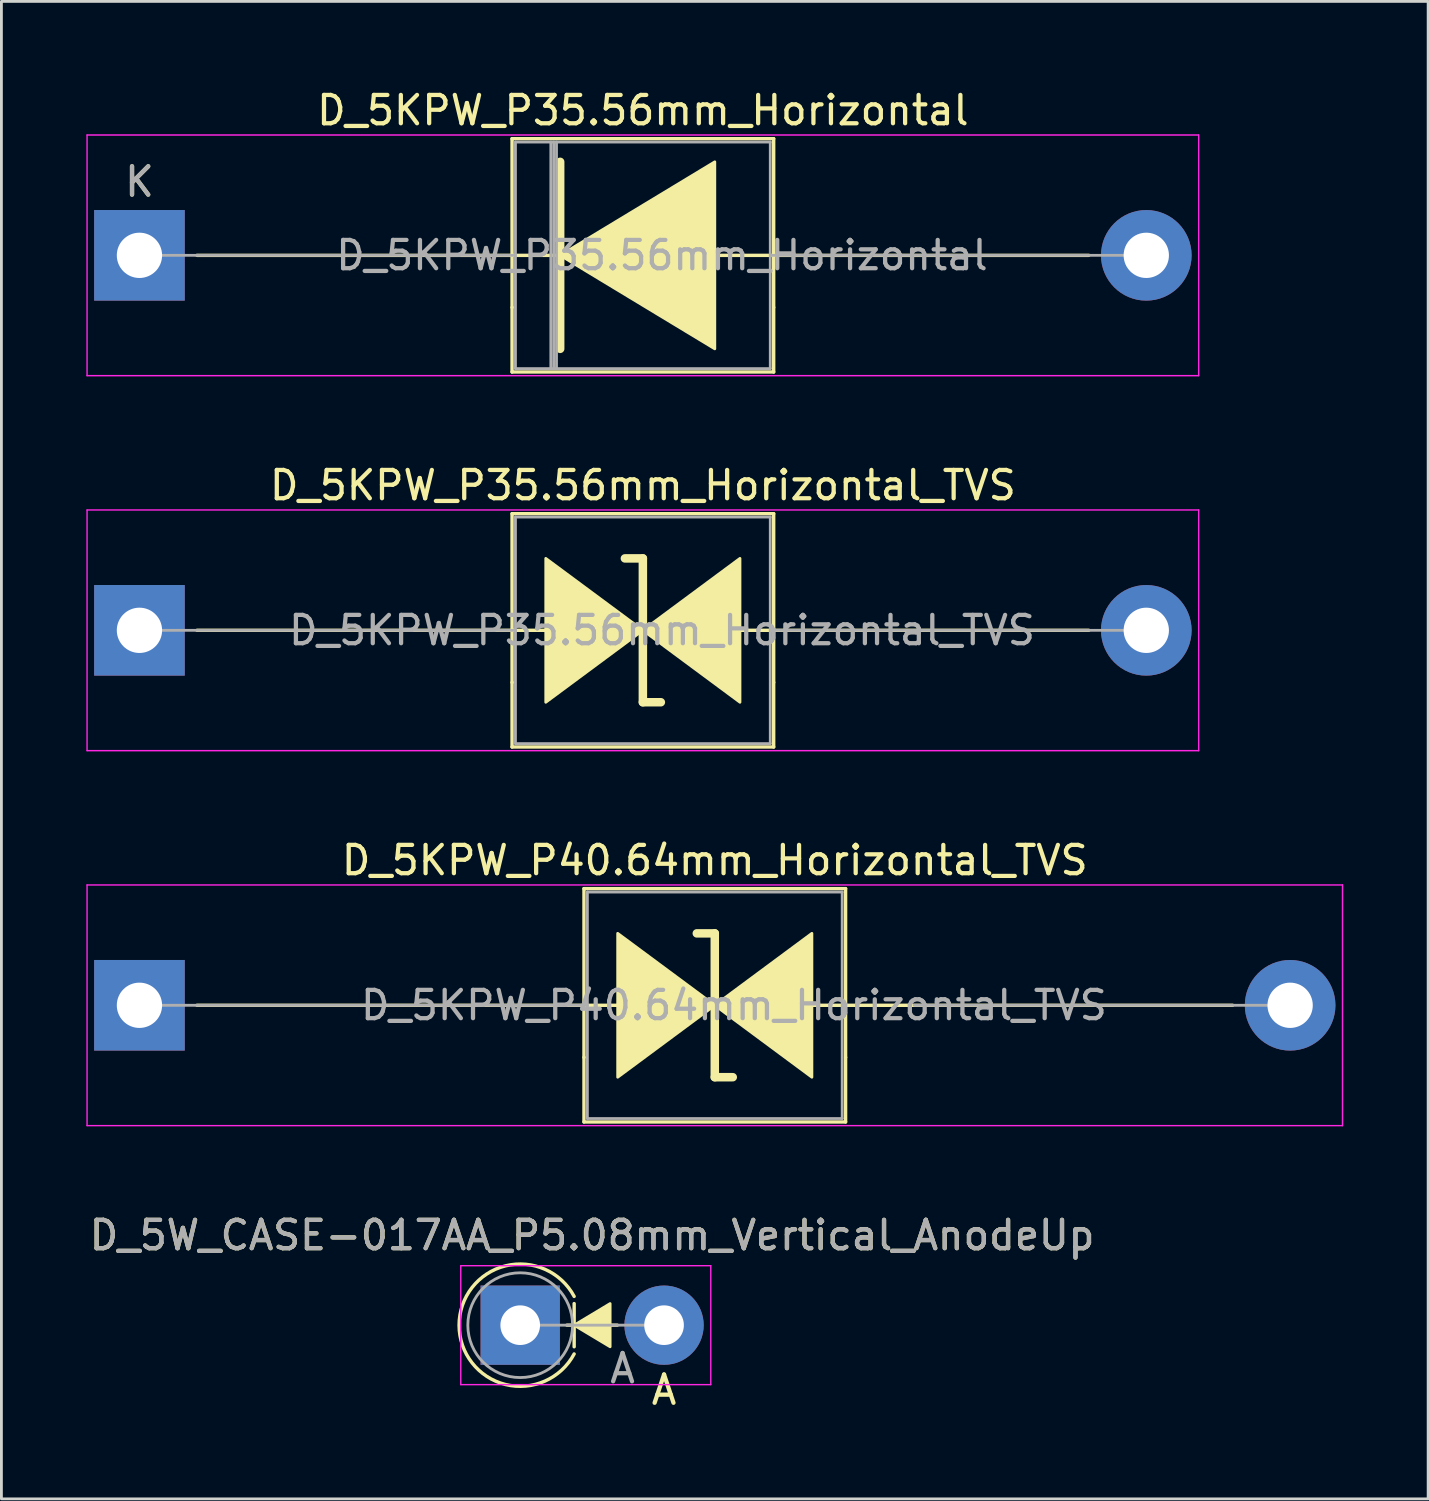
<source format=kicad_pcb>
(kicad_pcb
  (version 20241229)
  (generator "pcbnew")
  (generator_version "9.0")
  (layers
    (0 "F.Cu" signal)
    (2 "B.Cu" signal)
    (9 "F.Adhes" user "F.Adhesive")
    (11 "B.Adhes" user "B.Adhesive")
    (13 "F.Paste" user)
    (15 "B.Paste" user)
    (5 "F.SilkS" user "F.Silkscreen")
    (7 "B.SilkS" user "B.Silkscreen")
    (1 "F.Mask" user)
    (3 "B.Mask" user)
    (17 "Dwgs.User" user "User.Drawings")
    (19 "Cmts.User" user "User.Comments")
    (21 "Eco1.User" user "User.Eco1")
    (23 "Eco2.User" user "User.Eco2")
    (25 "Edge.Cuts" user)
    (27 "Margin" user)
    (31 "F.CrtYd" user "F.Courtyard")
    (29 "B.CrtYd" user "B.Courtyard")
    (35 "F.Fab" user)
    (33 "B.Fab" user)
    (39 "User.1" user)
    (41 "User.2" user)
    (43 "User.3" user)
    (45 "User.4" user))
  (footprint "D_5W_CASE-017AA_P5.08mm_Vertical_AnodeUp"
    (layer "F.Cu")
    (at 15.323 43.753)
    (property "Reference" "D_5W_CASE-017AA_P5.08mm_Vertical_AnodeUp" (at 2.54 -3.175 0) (layer "F.SilkS") (effects (font (size 1 1) (thickness 0.15))))
    (attr through_hole)
    (fp_line (start 1.651 0) (end 3.429 0) (stroke (width 0.12) (type solid)) (layer "F.SilkS"))
    (fp_line (start 1.905 -0.762) (end 1.905 0.762) (stroke (width 0.12) (type solid)) (layer "F.SilkS"))
    (fp_arc (start 1.904999 1.016) (mid -2.158999 0) (end 1.904999 -1.016) (stroke (width 0.12) (type solid)) (layer "F.SilkS"))
    (fp_poly (pts (xy 3.175 0.762) (xy 1.905 0) (xy 3.175 -0.762)) (stroke (width 0.1) (type solid)) (fill yes) (layer "F.SilkS"))
    (fp_line (start -2.1 -2.1) (end -2.1 2.1) (stroke (width 0.05) (type solid)) (layer "F.CrtYd"))
    (fp_line (start -2.1 2.1) (end 6.73 2.1) (stroke (width 0.05) (type solid)) (layer "F.CrtYd"))
    (fp_line (start 6.73 -2.1) (end -2.1 -2.1) (stroke (width 0.05) (type solid)) (layer "F.CrtYd"))
    (fp_line (start 6.73 2.1) (end 6.73 -2.1) (stroke (width 0.05) (type solid)) (layer "F.CrtYd"))
    (fp_line (start 0 0) (end 5.08 0) (stroke (width 0.1) (type solid)) (layer "F.Fab"))
    (fp_circle (center 0 0) (end 1.85 0) (stroke (width 0.1) (type solid)) (fill no) (layer "F.Fab"))
    (fp_text user "A" (at 5.08 2.286 0) (layer "F.SilkS") (effects (font (size 1 1) (thickness 0.15))))
    (fp_text user "${REFERENCE}" (at 2.54 -3.175 0) (layer "F.Fab") (effects (font (size 1 1) (thickness 0.15))))
    (fp_text user "A" (at 3.615 1.527 0) (layer "F.Fab") (effects (font (size 1 1) (thickness 0.15))))
    (pad "1" thru_hole rect (at 0 0) (size 2.8 2.8) (drill 1.4) (layers "*.Cu" "*.Mask"))
    (pad "2" thru_hole oval (at 5.08 0) (size 2.8 2.8) (drill 1.4) (layers "*.Cu" "*.Mask")))
  (footprint "D_5KPW_P35.56mm_Horizontal_TVS"
    (layer "F.Cu")
    (at 1.875 19.212)
    (property "Reference" "D_5KPW_P35.56mm_Horizontal_TVS" (at 17.78 -5.12 0) (layer "F.SilkS") (effects (font (size 1 1) (thickness 0.15))))
    (attr through_hole)
    (fp_line (start 13.16 -4.12) (end 22.4 -4.12) (stroke (width 0.12) (type solid)) (layer "F.SilkS"))
    (fp_line (start 13.16 1.84) (end 13.16 -4.12) (stroke (width 0.12) (type solid)) (layer "F.SilkS"))
    (fp_line (start 13.16 1.84) (end 13.16 4.12) (stroke (width 0.12) (type solid)) (layer "F.SilkS"))
    (fp_line (start 13.16 4.12) (end 22.4 4.12) (stroke (width 0.12) (type solid)) (layer "F.SilkS"))
    (fp_line (start 14.351 0) (end 2.032 0) (stroke (width 0.12) (type solid)) (layer "F.SilkS"))
    (fp_line (start 17.78 -2.54) (end 17.145 -2.54) (stroke (width 0.3) (type solid)) (layer "F.SilkS"))
    (fp_line (start 17.78 2.54) (end 17.78 -2.54) (stroke (width 0.3) (type solid)) (layer "F.SilkS"))
    (fp_line (start 18.415 2.54) (end 17.78 2.54) (stroke (width 0.3) (type solid)) (layer "F.SilkS"))
    (fp_line (start 22.4 -4.12) (end 22.4 1.84) (stroke (width 0.12) (type solid)) (layer "F.SilkS"))
    (fp_line (start 22.4 4.12) (end 22.4 1.84) (stroke (width 0.12) (type solid)) (layer "F.SilkS"))
    (fp_line (start 33.528 0) (end 21.209 0) (stroke (width 0.12) (type solid)) (layer "F.SilkS"))
    (fp_poly (pts (xy 17.78 0) (xy 14.351 2.54) (xy 14.351 -2.54)) (stroke (width 0.1) (type solid)) (fill yes) (layer "F.SilkS"))
    (fp_poly (pts (xy 17.78 0) (xy 21.209 -2.54) (xy 21.209 2.54)) (stroke (width 0.1) (type solid)) (fill yes) (layer "F.SilkS"))
    (fp_line (start -1.85 -4.25) (end -1.85 4.25) (stroke (width 0.05) (type solid)) (layer "F.CrtYd"))
    (fp_line (start -1.85 4.25) (end 37.41 4.25) (stroke (width 0.05) (type solid)) (layer "F.CrtYd"))
    (fp_line (start 37.41 -4.25) (end -1.85 -4.25) (stroke (width 0.05) (type solid)) (layer "F.CrtYd"))
    (fp_line (start 37.41 4.25) (end 37.41 -4.25) (stroke (width 0.05) (type solid)) (layer "F.CrtYd"))
    (fp_line (start 0 0) (end 13.28 0) (stroke (width 0.1) (type solid)) (layer "F.Fab"))
    (fp_line (start 13.28 -4) (end 13.28 4) (stroke (width 0.1) (type solid)) (layer "F.Fab"))
    (fp_line (start 13.28 4) (end 22.28 4) (stroke (width 0.1) (type solid)) (layer "F.Fab"))
    (fp_line (start 22.28 -4) (end 13.28 -4) (stroke (width 0.1) (type solid)) (layer "F.Fab"))
    (fp_line (start 22.28 4) (end 22.28 -4) (stroke (width 0.1) (type solid)) (layer "F.Fab"))
    (fp_line (start 35.56 0) (end 22.28 0) (stroke (width 0.1) (type solid)) (layer "F.Fab"))
    (fp_text user "${REFERENCE}" (at 18.455 0 0) (layer "F.Fab") (effects (font (size 1 1) (thickness 0.15))))
    (pad "1" thru_hole rect (at 0 0) (size 3.2 3.2) (drill 1.6) (layers "*.Cu" "*.Mask"))
    (pad "2" thru_hole oval (at 35.56 0) (size 3.2 3.2) (drill 1.6) (layers "*.Cu" "*.Mask")))
  (footprint "D_5KPW_P35.56mm_Horizontal"
    (layer "F.Cu")
    (at 1.875 5.968)
    (property "Reference" "D_5KPW_P35.56mm_Horizontal" (at 17.78 -5.12 0) (layer "F.SilkS") (effects (font (size 1 1) (thickness 0.15))))
    (attr through_hole)
    (fp_line (start 2.032 0) (end 14.859 0) (stroke (width 0.12) (type solid)) (layer "F.SilkS"))
    (fp_line (start 13.16 -4.12) (end 22.4 -4.12) (stroke (width 0.12) (type solid)) (layer "F.SilkS"))
    (fp_line (start 13.16 1.84) (end 13.16 -4.12) (stroke (width 0.12) (type solid)) (layer "F.SilkS"))
    (fp_line (start 13.16 1.84) (end 13.16 4.12) (stroke (width 0.12) (type solid)) (layer "F.SilkS"))
    (fp_line (start 13.16 4.12) (end 22.4 4.12) (stroke (width 0.12) (type solid)) (layer "F.SilkS"))
    (fp_line (start 14.859 -3.302) (end 14.859 3.302) (stroke (width 0.3) (type solid)) (layer "F.SilkS"))
    (fp_line (start 22.4 -4.12) (end 22.4 1.84) (stroke (width 0.12) (type solid)) (layer "F.SilkS"))
    (fp_line (start 22.4 4.12) (end 22.4 1.84) (stroke (width 0.12) (type solid)) (layer "F.SilkS"))
    (fp_line (start 33.528 0) (end 19.83 0) (stroke (width 0.12) (type solid)) (layer "F.SilkS"))
    (fp_poly (pts (xy 20.32 3.302) (xy 14.859 0) (xy 20.32 -3.302)) (stroke (width 0.1) (type solid)) (fill yes) (layer "F.SilkS"))
    (fp_line (start -1.85 -4.25) (end -1.85 4.25) (stroke (width 0.05) (type solid)) (layer "F.CrtYd"))
    (fp_line (start -1.85 4.25) (end 37.41 4.25) (stroke (width 0.05) (type solid)) (layer "F.CrtYd"))
    (fp_line (start 37.41 -4.25) (end -1.85 -4.25) (stroke (width 0.05) (type solid)) (layer "F.CrtYd"))
    (fp_line (start 37.41 4.25) (end 37.41 -4.25) (stroke (width 0.05) (type solid)) (layer "F.CrtYd"))
    (fp_line (start 0 0) (end 13.28 0) (stroke (width 0.1) (type solid)) (layer "F.Fab"))
    (fp_line (start 13.28 -4) (end 13.28 4) (stroke (width 0.1) (type solid)) (layer "F.Fab"))
    (fp_line (start 13.28 4) (end 22.28 4) (stroke (width 0.1) (type solid)) (layer "F.Fab"))
    (fp_line (start 14.53 -4) (end 14.53 4) (stroke (width 0.1) (type solid)) (layer "F.Fab"))
    (fp_line (start 14.63 -4) (end 14.63 4) (stroke (width 0.1) (type solid)) (layer "F.Fab"))
    (fp_line (start 14.73 -4) (end 14.73 4) (stroke (width 0.1) (type solid)) (layer "F.Fab"))
    (fp_line (start 22.28 -4) (end 13.28 -4) (stroke (width 0.1) (type solid)) (layer "F.Fab"))
    (fp_line (start 22.28 4) (end 22.28 -4) (stroke (width 0.1) (type solid)) (layer "F.Fab"))
    (fp_line (start 35.56 0) (end 22.28 0) (stroke (width 0.1) (type solid)) (layer "F.Fab"))
    (fp_text user "K" (at 0 -2.6 0) (layer "F.SilkS") (effects (font (size 1 1) (thickness 0.15))))
    (fp_text user "${REFERENCE}" (at 18.455 0 0) (layer "F.Fab") (effects (font (size 1 1) (thickness 0.15))))
    (fp_text user "K" (at 0 -2.6 0) (layer "F.Fab") (effects (font (size 1 1) (thickness 0.15))))
    (pad "1" thru_hole rect (at 0 0) (size 3.2 3.2) (drill 1.6) (layers "*.Cu" "*.Mask"))
    (pad "2" thru_hole oval (at 35.56 0) (size 3.2 3.2) (drill 1.6) (layers "*.Cu" "*.Mask")))
  (footprint "D_5KPW_P40.64mm_Horizontal_TVS"
    (layer "F.Cu")
    (at 1.875 32.455)
    (property "Reference" "D_5KPW_P40.64mm_Horizontal_TVS" (at 20.32 -5.12 0) (layer "F.SilkS") (effects (font (size 1 1) (thickness 0.15))))
    (attr through_hole)
    (fp_line (start 15.7 -4.12) (end 24.94 -4.12) (stroke (width 0.12) (type solid)) (layer "F.SilkS"))
    (fp_line (start 15.7 1.84) (end 15.7 -4.12) (stroke (width 0.12) (type solid)) (layer "F.SilkS"))
    (fp_line (start 15.7 1.84) (end 15.7 4.12) (stroke (width 0.12) (type solid)) (layer "F.SilkS"))
    (fp_line (start 15.7 4.12) (end 24.94 4.12) (stroke (width 0.12) (type solid)) (layer "F.SilkS"))
    (fp_line (start 16.891 0) (end 2.032 0) (stroke (width 0.12) (type solid)) (layer "F.SilkS"))
    (fp_line (start 20.32 -2.54) (end 19.685 -2.54) (stroke (width 0.3) (type solid)) (layer "F.SilkS"))
    (fp_line (start 20.32 2.54) (end 20.32 -2.54) (stroke (width 0.3) (type solid)) (layer "F.SilkS"))
    (fp_line (start 20.955 2.54) (end 20.32 2.54) (stroke (width 0.3) (type solid)) (layer "F.SilkS"))
    (fp_line (start 24.94 -4.12) (end 24.94 1.84) (stroke (width 0.12) (type solid)) (layer "F.SilkS"))
    (fp_line (start 24.94 4.12) (end 24.94 1.84) (stroke (width 0.12) (type solid)) (layer "F.SilkS"))
    (fp_line (start 38.608 0) (end 23.749 0) (stroke (width 0.12) (type solid)) (layer "F.SilkS"))
    (fp_poly (pts (xy 20.32 0) (xy 16.891 2.54) (xy 16.891 -2.54)) (stroke (width 0.1) (type solid)) (fill yes) (layer "F.SilkS"))
    (fp_poly (pts (xy 20.32 0) (xy 23.749 -2.54) (xy 23.749 2.54)) (stroke (width 0.1) (type solid)) (fill yes) (layer "F.SilkS"))
    (fp_line (start -1.85 -4.25) (end -1.85 4.25) (stroke (width 0.05) (type solid)) (layer "F.CrtYd"))
    (fp_line (start -1.85 4.25) (end 42.49 4.25) (stroke (width 0.05) (type solid)) (layer "F.CrtYd"))
    (fp_line (start 42.49 -4.25) (end -1.85 -4.25) (stroke (width 0.05) (type solid)) (layer "F.CrtYd"))
    (fp_line (start 42.49 4.25) (end 42.49 -4.25) (stroke (width 0.05) (type solid)) (layer "F.CrtYd"))
    (fp_line (start 0 0) (end 15.82 0) (stroke (width 0.1) (type solid)) (layer "F.Fab"))
    (fp_line (start 15.82 -4) (end 15.82 4) (stroke (width 0.1) (type solid)) (layer "F.Fab"))
    (fp_line (start 15.82 4) (end 24.82 4) (stroke (width 0.1) (type solid)) (layer "F.Fab"))
    (fp_line (start 24.82 -4) (end 15.82 -4) (stroke (width 0.1) (type solid)) (layer "F.Fab"))
    (fp_line (start 24.82 4) (end 24.82 -4) (stroke (width 0.1) (type solid)) (layer "F.Fab"))
    (fp_line (start 40.64 0) (end 27.36 0) (stroke (width 0.1) (type solid)) (layer "F.Fab"))
    (fp_text user "${REFERENCE}" (at 20.995 0 0) (layer "F.Fab") (effects (font (size 1 1) (thickness 0.15))))
    (pad "1" thru_hole rect (at 0 0) (size 3.2 3.2) (drill 1.6) (layers "*.Cu" "*.Mask"))
    (pad "2" thru_hole oval (at 40.64 0) (size 3.2 3.2) (drill 1.6) (layers "*.Cu" "*.Mask")))
  (gr_rect
    (start -3 -3)
    (end 47.39 49.887)
    (stroke (width 0.1) (type default))
    (fill no)
    (layer "Edge.Cuts")))
</source>
